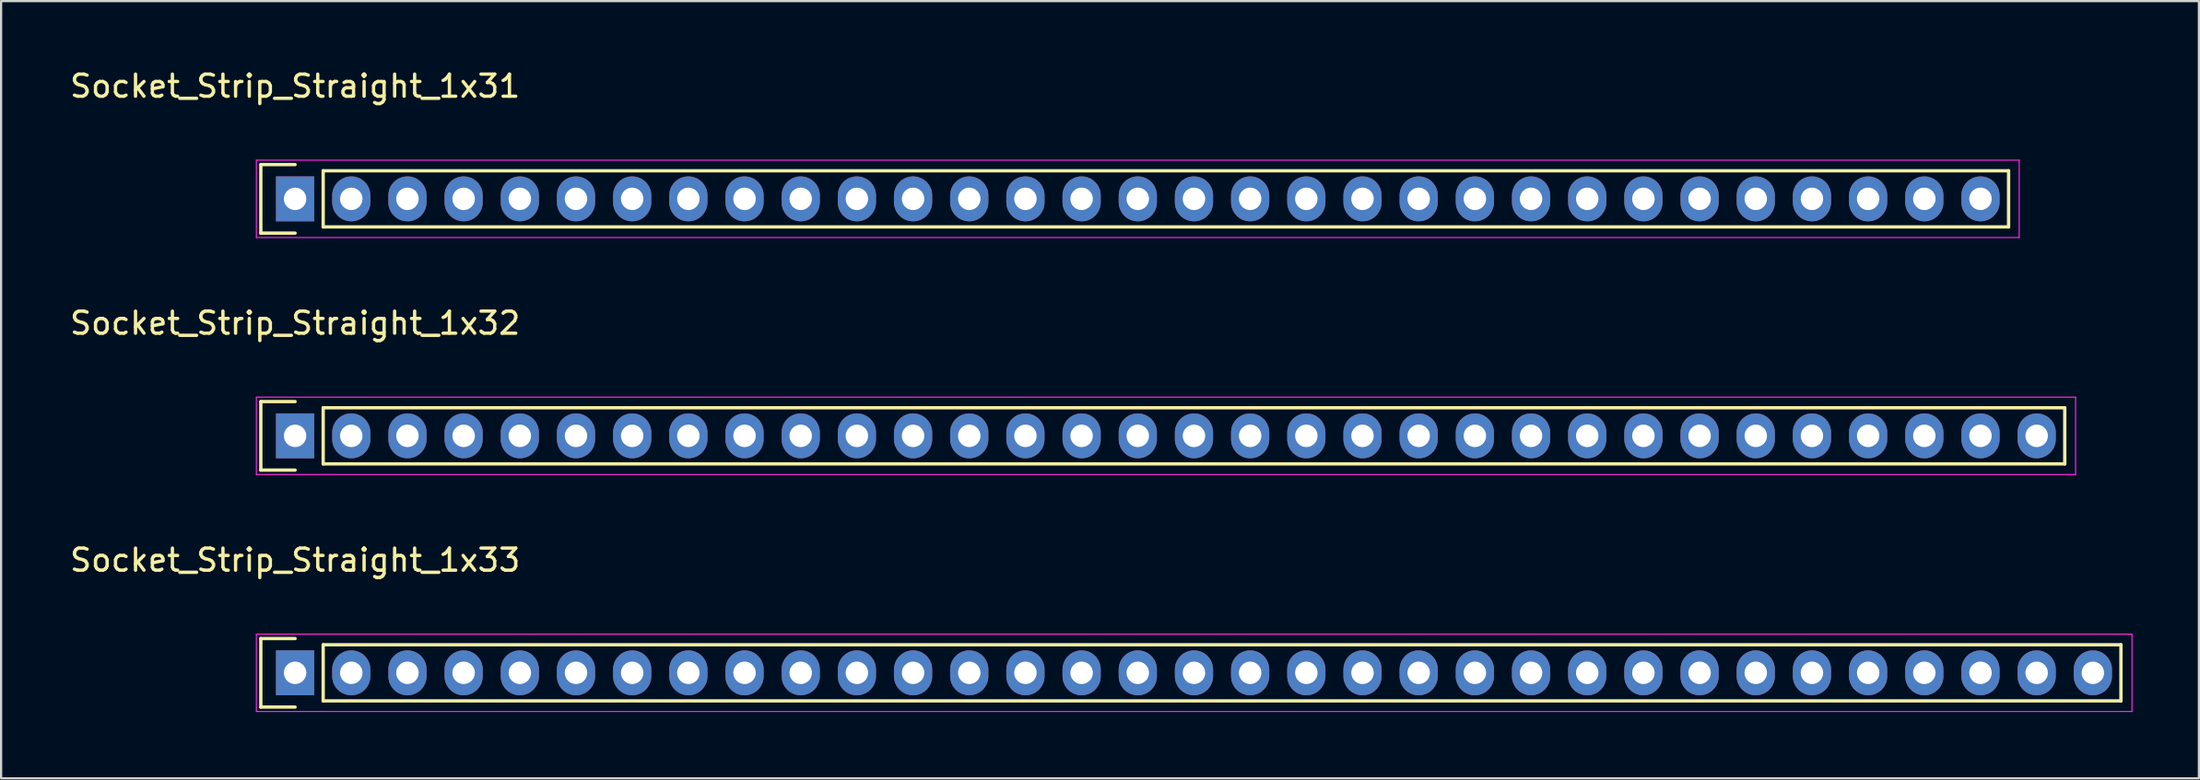
<source format=kicad_pcb>
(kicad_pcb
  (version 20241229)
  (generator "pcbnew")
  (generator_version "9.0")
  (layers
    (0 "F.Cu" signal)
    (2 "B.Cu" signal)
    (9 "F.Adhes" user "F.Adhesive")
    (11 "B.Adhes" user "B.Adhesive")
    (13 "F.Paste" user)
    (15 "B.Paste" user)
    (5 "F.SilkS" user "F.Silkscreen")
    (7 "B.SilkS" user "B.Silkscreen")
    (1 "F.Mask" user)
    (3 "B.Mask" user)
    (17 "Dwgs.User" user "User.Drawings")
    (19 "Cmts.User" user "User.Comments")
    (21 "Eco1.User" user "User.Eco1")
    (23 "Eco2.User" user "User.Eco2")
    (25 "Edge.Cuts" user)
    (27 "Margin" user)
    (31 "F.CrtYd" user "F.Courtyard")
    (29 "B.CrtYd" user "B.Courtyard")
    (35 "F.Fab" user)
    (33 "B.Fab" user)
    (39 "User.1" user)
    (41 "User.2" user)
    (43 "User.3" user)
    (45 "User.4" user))
  (footprint "Socket_Strip_Straight_1x32"
    (layer "F.Cu")
    (at 10.292 16.672)
    (property "Reference" "Socket_Strip_Straight_1x32" (at 0 -5.1 0) (layer "F.SilkS") (effects (font (size 1 1) (thickness 0.15))))
    (attr through_hole)
    (fp_line (start -1.55 -1.55) (end -1.55 1.55) (stroke (width 0.15) (type solid)) (layer "F.SilkS"))
    (fp_line (start -1.55 1.55) (end 0 1.55) (stroke (width 0.15) (type solid)) (layer "F.SilkS"))
    (fp_line (start 0 -1.55) (end -1.55 -1.55) (stroke (width 0.15) (type solid)) (layer "F.SilkS"))
    (fp_line (start 1.27 -1.27) (end 80.01 -1.27) (stroke (width 0.15) (type solid)) (layer "F.SilkS"))
    (fp_line (start 1.27 1.27) (end 1.27 -1.27) (stroke (width 0.15) (type solid)) (layer "F.SilkS"))
    (fp_line (start 80.01 -1.27) (end 80.01 1.27) (stroke (width 0.15) (type solid)) (layer "F.SilkS"))
    (fp_line (start 80.01 1.27) (end 1.27 1.27) (stroke (width 0.15) (type solid)) (layer "F.SilkS"))
    (fp_line (start -1.75 -1.75) (end -1.75 1.75) (stroke (width 0.05) (type solid)) (layer "F.CrtYd"))
    (fp_line (start -1.75 -1.75) (end 80.5 -1.75) (stroke (width 0.05) (type solid)) (layer "F.CrtYd"))
    (fp_line (start -1.75 1.75) (end 80.5 1.75) (stroke (width 0.05) (type solid)) (layer "F.CrtYd"))
    (fp_line (start 80.5 -1.75) (end 80.5 1.75) (stroke (width 0.05) (type solid)) (layer "F.CrtYd"))
    (pad "1" thru_hole rect (at 0 0) (size 1.727 2.032) (drill 1.016) (layers "*.Cu" "*.Mask"))
    (pad "2" thru_hole oval (at 2.54 0) (size 1.727 2.032) (drill 1.016) (layers "*.Cu" "*.Mask"))
    (pad "3" thru_hole oval (at 5.08 0) (size 1.727 2.032) (drill 1.016) (layers "*.Cu" "*.Mask"))
    (pad "4" thru_hole oval (at 7.62 0) (size 1.727 2.032) (drill 1.016) (layers "*.Cu" "*.Mask"))
    (pad "5" thru_hole oval (at 10.16 0) (size 1.727 2.032) (drill 1.016) (layers "*.Cu" "*.Mask"))
    (pad "6" thru_hole oval (at 12.7 0) (size 1.727 2.032) (drill 1.016) (layers "*.Cu" "*.Mask"))
    (pad "7" thru_hole oval (at 15.24 0) (size 1.727 2.032) (drill 1.016) (layers "*.Cu" "*.Mask"))
    (pad "8" thru_hole oval (at 17.78 0) (size 1.727 2.032) (drill 1.016) (layers "*.Cu" "*.Mask"))
    (pad "9" thru_hole oval (at 20.32 0) (size 1.727 2.032) (drill 1.016) (layers "*.Cu" "*.Mask"))
    (pad "10" thru_hole oval (at 22.86 0) (size 1.727 2.032) (drill 1.016) (layers "*.Cu" "*.Mask"))
    (pad "11" thru_hole oval (at 25.4 0) (size 1.727 2.032) (drill 1.016) (layers "*.Cu" "*.Mask"))
    (pad "12" thru_hole oval (at 27.94 0) (size 1.727 2.032) (drill 1.016) (layers "*.Cu" "*.Mask"))
    (pad "13" thru_hole oval (at 30.48 0) (size 1.727 2.032) (drill 1.016) (layers "*.Cu" "*.Mask"))
    (pad "14" thru_hole oval (at 33.02 0) (size 1.727 2.032) (drill 1.016) (layers "*.Cu" "*.Mask"))
    (pad "15" thru_hole oval (at 35.56 0) (size 1.727 2.032) (drill 1.016) (layers "*.Cu" "*.Mask"))
    (pad "16" thru_hole oval (at 38.1 0) (size 1.727 2.032) (drill 1.016) (layers "*.Cu" "*.Mask"))
    (pad "17" thru_hole oval (at 40.64 0) (size 1.727 2.032) (drill 1.016) (layers "*.Cu" "*.Mask"))
    (pad "18" thru_hole oval (at 43.18 0) (size 1.727 2.032) (drill 1.016) (layers "*.Cu" "*.Mask"))
    (pad "19" thru_hole oval (at 45.72 0) (size 1.727 2.032) (drill 1.016) (layers "*.Cu" "*.Mask"))
    (pad "20" thru_hole oval (at 48.26 0) (size 1.727 2.032) (drill 1.016) (layers "*.Cu" "*.Mask"))
    (pad "21" thru_hole oval (at 50.8 0) (size 1.727 2.032) (drill 1.016) (layers "*.Cu" "*.Mask"))
    (pad "22" thru_hole oval (at 53.34 0) (size 1.727 2.032) (drill 1.016) (layers "*.Cu" "*.Mask"))
    (pad "23" thru_hole oval (at 55.88 0) (size 1.727 2.032) (drill 1.016) (layers "*.Cu" "*.Mask"))
    (pad "24" thru_hole oval (at 58.42 0) (size 1.727 2.032) (drill 1.016) (layers "*.Cu" "*.Mask"))
    (pad "25" thru_hole oval (at 60.96 0) (size 1.727 2.032) (drill 1.016) (layers "*.Cu" "*.Mask"))
    (pad "26" thru_hole oval (at 63.5 0) (size 1.727 2.032) (drill 1.016) (layers "*.Cu" "*.Mask"))
    (pad "27" thru_hole oval (at 66.04 0) (size 1.727 2.032) (drill 1.016) (layers "*.Cu" "*.Mask"))
    (pad "28" thru_hole oval (at 68.58 0) (size 1.727 2.032) (drill 1.016) (layers "*.Cu" "*.Mask"))
    (pad "29" thru_hole oval (at 71.12 0) (size 1.727 2.032) (drill 1.016) (layers "*.Cu" "*.Mask"))
    (pad "30" thru_hole oval (at 73.66 0) (size 1.727 2.032) (drill 1.016) (layers "*.Cu" "*.Mask"))
    (pad "31" thru_hole oval (at 76.2 0) (size 1.727 2.032) (drill 1.016) (layers "*.Cu" "*.Mask"))
    (pad "32" thru_hole oval (at 78.74 0) (size 1.727 2.032) (drill 1.016) (layers "*.Cu" "*.Mask")))
  (footprint "Socket_Strip_Straight_1x31"
    (layer "F.Cu")
    (at 10.292 5.948)
    (property "Reference" "Socket_Strip_Straight_1x31" (at 0 -5.1 0) (layer "F.SilkS") (effects (font (size 1 1) (thickness 0.15))))
    (attr through_hole)
    (fp_line (start -1.55 -1.55) (end -1.55 1.55) (stroke (width 0.15) (type solid)) (layer "F.SilkS"))
    (fp_line (start -1.55 1.55) (end 0 1.55) (stroke (width 0.15) (type solid)) (layer "F.SilkS"))
    (fp_line (start 0 -1.55) (end -1.55 -1.55) (stroke (width 0.15) (type solid)) (layer "F.SilkS"))
    (fp_line (start 1.27 -1.27) (end 77.47 -1.27) (stroke (width 0.15) (type solid)) (layer "F.SilkS"))
    (fp_line (start 1.27 1.27) (end 1.27 -1.27) (stroke (width 0.15) (type solid)) (layer "F.SilkS"))
    (fp_line (start 77.47 -1.27) (end 77.47 1.27) (stroke (width 0.15) (type solid)) (layer "F.SilkS"))
    (fp_line (start 77.47 1.27) (end 1.27 1.27) (stroke (width 0.15) (type solid)) (layer "F.SilkS"))
    (fp_line (start -1.75 -1.75) (end -1.75 1.75) (stroke (width 0.05) (type solid)) (layer "F.CrtYd"))
    (fp_line (start -1.75 -1.75) (end 77.95 -1.75) (stroke (width 0.05) (type solid)) (layer "F.CrtYd"))
    (fp_line (start -1.75 1.75) (end 77.95 1.75) (stroke (width 0.05) (type solid)) (layer "F.CrtYd"))
    (fp_line (start 77.95 -1.75) (end 77.95 1.75) (stroke (width 0.05) (type solid)) (layer "F.CrtYd"))
    (pad "1" thru_hole rect (at 0 0) (size 1.727 2.032) (drill 1.016) (layers "*.Cu" "*.Mask"))
    (pad "2" thru_hole oval (at 2.54 0) (size 1.727 2.032) (drill 1.016) (layers "*.Cu" "*.Mask"))
    (pad "3" thru_hole oval (at 5.08 0) (size 1.727 2.032) (drill 1.016) (layers "*.Cu" "*.Mask"))
    (pad "4" thru_hole oval (at 7.62 0) (size 1.727 2.032) (drill 1.016) (layers "*.Cu" "*.Mask"))
    (pad "5" thru_hole oval (at 10.16 0) (size 1.727 2.032) (drill 1.016) (layers "*.Cu" "*.Mask"))
    (pad "6" thru_hole oval (at 12.7 0) (size 1.727 2.032) (drill 1.016) (layers "*.Cu" "*.Mask"))
    (pad "7" thru_hole oval (at 15.24 0) (size 1.727 2.032) (drill 1.016) (layers "*.Cu" "*.Mask"))
    (pad "8" thru_hole oval (at 17.78 0) (size 1.727 2.032) (drill 1.016) (layers "*.Cu" "*.Mask"))
    (pad "9" thru_hole oval (at 20.32 0) (size 1.727 2.032) (drill 1.016) (layers "*.Cu" "*.Mask"))
    (pad "10" thru_hole oval (at 22.86 0) (size 1.727 2.032) (drill 1.016) (layers "*.Cu" "*.Mask"))
    (pad "11" thru_hole oval (at 25.4 0) (size 1.727 2.032) (drill 1.016) (layers "*.Cu" "*.Mask"))
    (pad "12" thru_hole oval (at 27.94 0) (size 1.727 2.032) (drill 1.016) (layers "*.Cu" "*.Mask"))
    (pad "13" thru_hole oval (at 30.48 0) (size 1.727 2.032) (drill 1.016) (layers "*.Cu" "*.Mask"))
    (pad "14" thru_hole oval (at 33.02 0) (size 1.727 2.032) (drill 1.016) (layers "*.Cu" "*.Mask"))
    (pad "15" thru_hole oval (at 35.56 0) (size 1.727 2.032) (drill 1.016) (layers "*.Cu" "*.Mask"))
    (pad "16" thru_hole oval (at 38.1 0) (size 1.727 2.032) (drill 1.016) (layers "*.Cu" "*.Mask"))
    (pad "17" thru_hole oval (at 40.64 0) (size 1.727 2.032) (drill 1.016) (layers "*.Cu" "*.Mask"))
    (pad "18" thru_hole oval (at 43.18 0) (size 1.727 2.032) (drill 1.016) (layers "*.Cu" "*.Mask"))
    (pad "19" thru_hole oval (at 45.72 0) (size 1.727 2.032) (drill 1.016) (layers "*.Cu" "*.Mask"))
    (pad "20" thru_hole oval (at 48.26 0) (size 1.727 2.032) (drill 1.016) (layers "*.Cu" "*.Mask"))
    (pad "21" thru_hole oval (at 50.8 0) (size 1.727 2.032) (drill 1.016) (layers "*.Cu" "*.Mask"))
    (pad "22" thru_hole oval (at 53.34 0) (size 1.727 2.032) (drill 1.016) (layers "*.Cu" "*.Mask"))
    (pad "23" thru_hole oval (at 55.88 0) (size 1.727 2.032) (drill 1.016) (layers "*.Cu" "*.Mask"))
    (pad "24" thru_hole oval (at 58.42 0) (size 1.727 2.032) (drill 1.016) (layers "*.Cu" "*.Mask"))
    (pad "25" thru_hole oval (at 60.96 0) (size 1.727 2.032) (drill 1.016) (layers "*.Cu" "*.Mask"))
    (pad "26" thru_hole oval (at 63.5 0) (size 1.727 2.032) (drill 1.016) (layers "*.Cu" "*.Mask"))
    (pad "27" thru_hole oval (at 66.04 0) (size 1.727 2.032) (drill 1.016) (layers "*.Cu" "*.Mask"))
    (pad "28" thru_hole oval (at 68.58 0) (size 1.727 2.032) (drill 1.016) (layers "*.Cu" "*.Mask"))
    (pad "29" thru_hole oval (at 71.12 0) (size 1.727 2.032) (drill 1.016) (layers "*.Cu" "*.Mask"))
    (pad "30" thru_hole oval (at 73.66 0) (size 1.727 2.032) (drill 1.016) (layers "*.Cu" "*.Mask"))
    (pad "31" thru_hole oval (at 76.2 0) (size 1.727 2.032) (drill 1.016) (layers "*.Cu" "*.Mask")))
  (footprint "Socket_Strip_Straight_1x33"
    (layer "F.Cu")
    (at 10.292 27.395)
    (property "Reference" "Socket_Strip_Straight_1x33" (at 0 -5.1 0) (layer "F.SilkS") (effects (font (size 1 1) (thickness 0.15))))
    (attr through_hole)
    (fp_line (start -1.55 -1.55) (end -1.55 1.55) (stroke (width 0.15) (type solid)) (layer "F.SilkS"))
    (fp_line (start -1.55 1.55) (end 0 1.55) (stroke (width 0.15) (type solid)) (layer "F.SilkS"))
    (fp_line (start 0 -1.55) (end -1.55 -1.55) (stroke (width 0.15) (type solid)) (layer "F.SilkS"))
    (fp_line (start 1.27 -1.27) (end 82.55 -1.27) (stroke (width 0.15) (type solid)) (layer "F.SilkS"))
    (fp_line (start 1.27 1.27) (end 1.27 -1.27) (stroke (width 0.15) (type solid)) (layer "F.SilkS"))
    (fp_line (start 82.55 -1.27) (end 82.55 1.27) (stroke (width 0.15) (type solid)) (layer "F.SilkS"))
    (fp_line (start 82.55 1.27) (end 1.27 1.27) (stroke (width 0.15) (type solid)) (layer "F.SilkS"))
    (fp_line (start -1.75 -1.75) (end -1.75 1.75) (stroke (width 0.05) (type solid)) (layer "F.CrtYd"))
    (fp_line (start -1.75 -1.75) (end 83.05 -1.75) (stroke (width 0.05) (type solid)) (layer "F.CrtYd"))
    (fp_line (start -1.75 1.75) (end 83.05 1.75) (stroke (width 0.05) (type solid)) (layer "F.CrtYd"))
    (fp_line (start 83.05 -1.75) (end 83.05 1.75) (stroke (width 0.05) (type solid)) (layer "F.CrtYd"))
    (pad "1" thru_hole rect (at 0 0) (size 1.727 2.032) (drill 1.016) (layers "*.Cu" "*.Mask"))
    (pad "2" thru_hole oval (at 2.54 0) (size 1.727 2.032) (drill 1.016) (layers "*.Cu" "*.Mask"))
    (pad "3" thru_hole oval (at 5.08 0) (size 1.727 2.032) (drill 1.016) (layers "*.Cu" "*.Mask"))
    (pad "4" thru_hole oval (at 7.62 0) (size 1.727 2.032) (drill 1.016) (layers "*.Cu" "*.Mask"))
    (pad "5" thru_hole oval (at 10.16 0) (size 1.727 2.032) (drill 1.016) (layers "*.Cu" "*.Mask"))
    (pad "6" thru_hole oval (at 12.7 0) (size 1.727 2.032) (drill 1.016) (layers "*.Cu" "*.Mask"))
    (pad "7" thru_hole oval (at 15.24 0) (size 1.727 2.032) (drill 1.016) (layers "*.Cu" "*.Mask"))
    (pad "8" thru_hole oval (at 17.78 0) (size 1.727 2.032) (drill 1.016) (layers "*.Cu" "*.Mask"))
    (pad "9" thru_hole oval (at 20.32 0) (size 1.727 2.032) (drill 1.016) (layers "*.Cu" "*.Mask"))
    (pad "10" thru_hole oval (at 22.86 0) (size 1.727 2.032) (drill 1.016) (layers "*.Cu" "*.Mask"))
    (pad "11" thru_hole oval (at 25.4 0) (size 1.727 2.032) (drill 1.016) (layers "*.Cu" "*.Mask"))
    (pad "12" thru_hole oval (at 27.94 0) (size 1.727 2.032) (drill 1.016) (layers "*.Cu" "*.Mask"))
    (pad "13" thru_hole oval (at 30.48 0) (size 1.727 2.032) (drill 1.016) (layers "*.Cu" "*.Mask"))
    (pad "14" thru_hole oval (at 33.02 0) (size 1.727 2.032) (drill 1.016) (layers "*.Cu" "*.Mask"))
    (pad "15" thru_hole oval (at 35.56 0) (size 1.727 2.032) (drill 1.016) (layers "*.Cu" "*.Mask"))
    (pad "16" thru_hole oval (at 38.1 0) (size 1.727 2.032) (drill 1.016) (layers "*.Cu" "*.Mask"))
    (pad "17" thru_hole oval (at 40.64 0) (size 1.727 2.032) (drill 1.016) (layers "*.Cu" "*.Mask"))
    (pad "18" thru_hole oval (at 43.18 0) (size 1.727 2.032) (drill 1.016) (layers "*.Cu" "*.Mask"))
    (pad "19" thru_hole oval (at 45.72 0) (size 1.727 2.032) (drill 1.016) (layers "*.Cu" "*.Mask"))
    (pad "20" thru_hole oval (at 48.26 0) (size 1.727 2.032) (drill 1.016) (layers "*.Cu" "*.Mask"))
    (pad "21" thru_hole oval (at 50.8 0) (size 1.727 2.032) (drill 1.016) (layers "*.Cu" "*.Mask"))
    (pad "22" thru_hole oval (at 53.34 0) (size 1.727 2.032) (drill 1.016) (layers "*.Cu" "*.Mask"))
    (pad "23" thru_hole oval (at 55.88 0) (size 1.727 2.032) (drill 1.016) (layers "*.Cu" "*.Mask"))
    (pad "24" thru_hole oval (at 58.42 0) (size 1.727 2.032) (drill 1.016) (layers "*.Cu" "*.Mask"))
    (pad "25" thru_hole oval (at 60.96 0) (size 1.727 2.032) (drill 1.016) (layers "*.Cu" "*.Mask"))
    (pad "26" thru_hole oval (at 63.5 0) (size 1.727 2.032) (drill 1.016) (layers "*.Cu" "*.Mask"))
    (pad "27" thru_hole oval (at 66.04 0) (size 1.727 2.032) (drill 1.016) (layers "*.Cu" "*.Mask"))
    (pad "28" thru_hole oval (at 68.58 0) (size 1.727 2.032) (drill 1.016) (layers "*.Cu" "*.Mask"))
    (pad "29" thru_hole oval (at 71.12 0) (size 1.727 2.032) (drill 1.016) (layers "*.Cu" "*.Mask"))
    (pad "30" thru_hole oval (at 73.66 0) (size 1.727 2.032) (drill 1.016) (layers "*.Cu" "*.Mask"))
    (pad "31" thru_hole oval (at 76.2 0) (size 1.727 2.032) (drill 1.016) (layers "*.Cu" "*.Mask"))
    (pad "32" thru_hole oval (at 78.74 0) (size 1.727 2.032) (drill 1.016) (layers "*.Cu" "*.Mask"))
    (pad "33" thru_hole oval (at 81.28 0) (size 1.727 2.032) (drill 1.016) (layers "*.Cu" "*.Mask")))
  (gr_rect
    (start -3 -3)
    (end 96.367 32.17)
    (stroke (width 0.1) (type default))
    (fill no)
    (layer "Edge.Cuts")))
</source>
